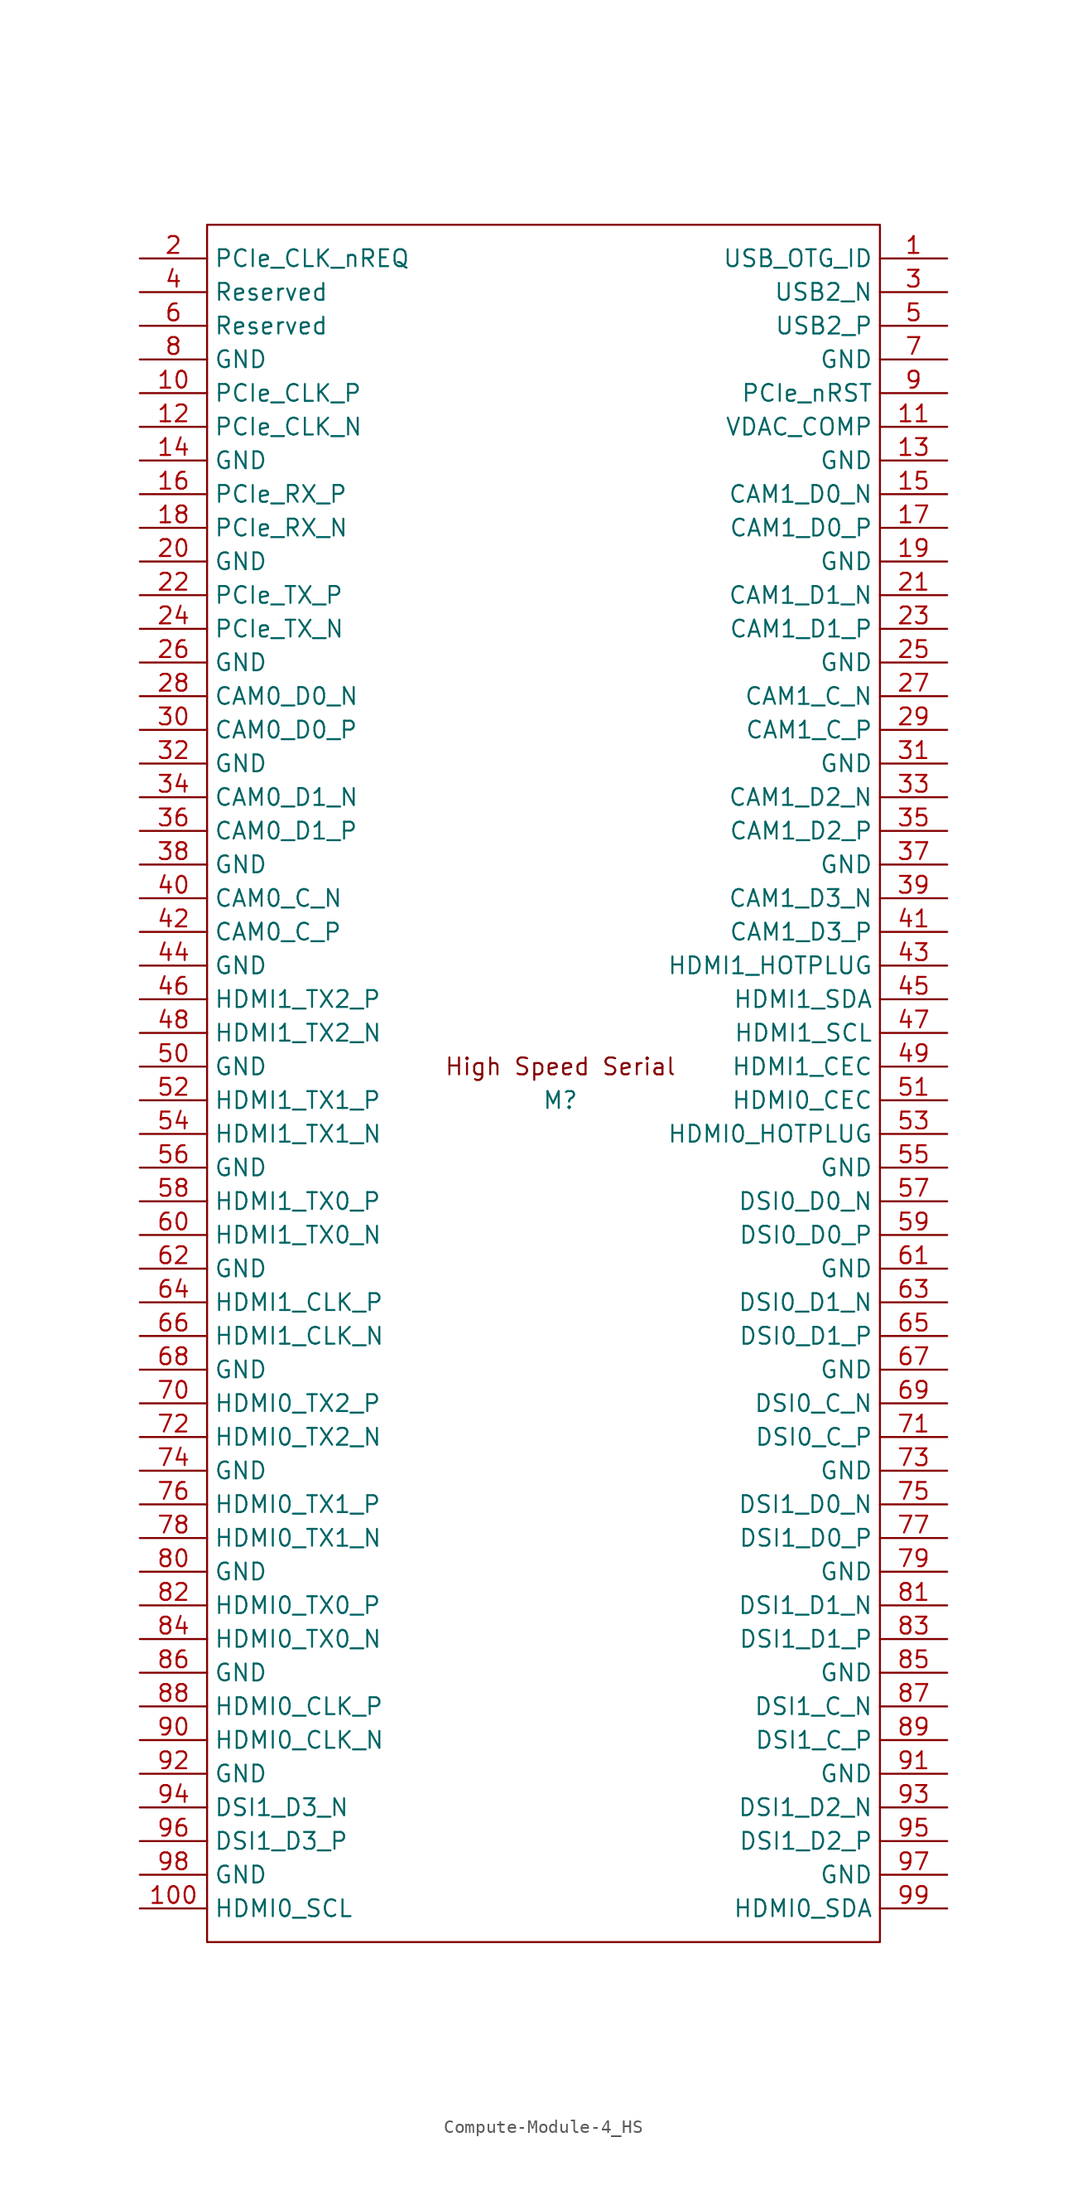
<source format=kicad_sym>
(kicad_symbol_lib
  (version 20241209)
  (generator "kicad_symbol_editor")
  (generator_version "9.0")
  (symbol "Compute-Module-4_HS"
    (property "Reference" "M"
      (at 0 0 0)
      (effects (font (size 1.27 1.27))))
    (symbol "Compute-Module-4_HS_1_1"
      (rectangle (start -26.67 -63.5) (end 24.13 66.04) (stroke (width 0) (type default)) (fill (type none)))
      (text "High Speed Serial" (at 0 2.54 0) (effects (font (size 1.27 1.27))))
      (pin input line (at -31.75 63.5 0) (length 5.08) (name "PCIe_CLK_nREQ" (effects (font (size 1.27 1.27)))) (number "2" (effects (font (size 1.27 1.27)))))
      (pin passive line (at -31.75 60.96 0) (length 5.08) (name "Reserved" (effects (font (size 1.27 1.27)))) (number "4" (effects (font (size 1.27 1.27)))))
      (pin passive line (at -31.75 58.42 0) (length 5.08) (name "Reserved" (effects (font (size 1.27 1.27)))) (number "6" (effects (font (size 1.27 1.27)))))
      (pin power_in line (at -31.75 55.88 0) (length 5.08) (name "GND" (effects (font (size 1.27 1.27)))) (number "8" (effects (font (size 1.27 1.27)))))
      (pin output line (at -31.75 53.34 0) (length 5.08) (name "PCIe_CLK_P" (effects (font (size 1.27 1.27)))) (number "10" (effects (font (size 1.27 1.27)))))
      (pin output line (at -31.75 50.8 0) (length 5.08) (name "PCIe_CLK_N" (effects (font (size 1.27 1.27)))) (number "12" (effects (font (size 1.27 1.27)))))
      (pin power_in line (at -31.75 48.26 0) (length 5.08) (name "GND" (effects (font (size 1.27 1.27)))) (number "14" (effects (font (size 1.27 1.27)))))
      (pin input line (at -31.75 45.72 0) (length 5.08) (name "PCIe_RX_P" (effects (font (size 1.27 1.27)))) (number "16" (effects (font (size 1.27 1.27)))))
      (pin input line (at -31.75 43.18 0) (length 5.08) (name "PCIe_RX_N" (effects (font (size 1.27 1.27)))) (number "18" (effects (font (size 1.27 1.27)))))
      (pin power_in line (at -31.75 40.64 0) (length 5.08) (name "GND" (effects (font (size 1.27 1.27)))) (number "20" (effects (font (size 1.27 1.27)))))
      (pin output line (at -31.75 38.1 0) (length 5.08) (name "PCIe_TX_P" (effects (font (size 1.27 1.27)))) (number "22" (effects (font (size 1.27 1.27)))))
      (pin output line (at -31.75 35.56 0) (length 5.08) (name "PCIe_TX_N" (effects (font (size 1.27 1.27)))) (number "24" (effects (font (size 1.27 1.27)))))
      (pin power_in line (at -31.75 33.02 0) (length 5.08) (name "GND" (effects (font (size 1.27 1.27)))) (number "26" (effects (font (size 1.27 1.27)))))
      (pin input line (at -31.75 30.48 0) (length 5.08) (name "CAM0_D0_N" (effects (font (size 1.27 1.27)))) (number "28" (effects (font (size 1.27 1.27)))))
      (pin input line (at -31.75 27.94 0) (length 5.08) (name "CAM0_D0_P" (effects (font (size 1.27 1.27)))) (number "30" (effects (font (size 1.27 1.27)))))
      (pin power_in line (at -31.75 25.4 0) (length 5.08) (name "GND" (effects (font (size 1.27 1.27)))) (number "32" (effects (font (size 1.27 1.27)))))
      (pin input line (at -31.75 22.86 0) (length 5.08) (name "CAM0_D1_N" (effects (font (size 1.27 1.27)))) (number "34" (effects (font (size 1.27 1.27)))))
      (pin input line (at -31.75 20.32 0) (length 5.08) (name "CAM0_D1_P" (effects (font (size 1.27 1.27)))) (number "36" (effects (font (size 1.27 1.27)))))
      (pin power_in line (at -31.75 17.78 0) (length 5.08) (name "GND" (effects (font (size 1.27 1.27)))) (number "38" (effects (font (size 1.27 1.27)))))
      (pin input line (at -31.75 15.24 0) (length 5.08) (name "CAM0_C_N" (effects (font (size 1.27 1.27)))) (number "40" (effects (font (size 1.27 1.27)))))
      (pin input line (at -31.75 12.7 0) (length 5.08) (name "CAM0_C_P" (effects (font (size 1.27 1.27)))) (number "42" (effects (font (size 1.27 1.27)))))
      (pin power_in line (at -31.75 10.16 0) (length 5.08) (name "GND" (effects (font (size 1.27 1.27)))) (number "44" (effects (font (size 1.27 1.27)))))
      (pin output line (at -31.75 7.62 0) (length 5.08) (name "HDMI1_TX2_P" (effects (font (size 1.27 1.27)))) (number "46" (effects (font (size 1.27 1.27)))))
      (pin output line (at -31.75 5.08 0) (length 5.08) (name "HDMI1_TX2_N" (effects (font (size 1.27 1.27)))) (number "48" (effects (font (size 1.27 1.27)))))
      (pin power_in line (at -31.75 2.54 0) (length 5.08) (name "GND" (effects (font (size 1.27 1.27)))) (number "50" (effects (font (size 1.27 1.27)))))
      (pin output line (at -31.75 0 0) (length 5.08) (name "HDMI1_TX1_P" (effects (font (size 1.27 1.27)))) (number "52" (effects (font (size 1.27 1.27)))))
      (pin output line (at -31.75 -2.54 0) (length 5.08) (name "HDMI1_TX1_N" (effects (font (size 1.27 1.27)))) (number "54" (effects (font (size 1.27 1.27)))))
      (pin power_in line (at -31.75 -5.08 0) (length 5.08) (name "GND" (effects (font (size 1.27 1.27)))) (number "56" (effects (font (size 1.27 1.27)))))
      (pin output line (at -31.75 -7.62 0) (length 5.08) (name "HDMI1_TX0_P" (effects (font (size 1.27 1.27)))) (number "58" (effects (font (size 1.27 1.27)))))
      (pin output line (at -31.75 -10.16 0) (length 5.08) (name "HDMI1_TX0_N" (effects (font (size 1.27 1.27)))) (number "60" (effects (font (size 1.27 1.27)))))
      (pin power_in line (at -31.75 -12.7 0) (length 5.08) (name "GND" (effects (font (size 1.27 1.27)))) (number "62" (effects (font (size 1.27 1.27)))))
      (pin output line (at -31.75 -15.24 0) (length 5.08) (name "HDMI1_CLK_P" (effects (font (size 1.27 1.27)))) (number "64" (effects (font (size 1.27 1.27)))))
      (pin output line (at -31.75 -17.78 0) (length 5.08) (name "HDMI1_CLK_N" (effects (font (size 1.27 1.27)))) (number "66" (effects (font (size 1.27 1.27)))))
      (pin power_in line (at -31.75 -20.32 0) (length 5.08) (name "GND" (effects (font (size 1.27 1.27)))) (number "68" (effects (font (size 1.27 1.27)))))
      (pin output line (at -31.75 -22.86 0) (length 5.08) (name "HDMI0_TX2_P" (effects (font (size 1.27 1.27)))) (number "70" (effects (font (size 1.27 1.27)))))
      (pin output line (at -31.75 -25.4 0) (length 5.08) (name "HDMI0_TX2_N" (effects (font (size 1.27 1.27)))) (number "72" (effects (font (size 1.27 1.27)))))
      (pin power_in line (at -31.75 -27.94 0) (length 5.08) (name "GND" (effects (font (size 1.27 1.27)))) (number "74" (effects (font (size 1.27 1.27)))))
      (pin output line (at -31.75 -30.48 0) (length 5.08) (name "HDMI0_TX1_P" (effects (font (size 1.27 1.27)))) (number "76" (effects (font (size 1.27 1.27)))))
      (pin output line (at -31.75 -33.02 0) (length 5.08) (name "HDMI0_TX1_N" (effects (font (size 1.27 1.27)))) (number "78" (effects (font (size 1.27 1.27)))))
      (pin power_in line (at -31.75 -35.56 0) (length 5.08) (name "GND" (effects (font (size 1.27 1.27)))) (number "80" (effects (font (size 1.27 1.27)))))
      (pin output line (at -31.75 -38.1 0) (length 5.08) (name "HDMI0_TX0_P" (effects (font (size 1.27 1.27)))) (number "82" (effects (font (size 1.27 1.27)))))
      (pin output line (at -31.75 -40.64 0) (length 5.08) (name "HDMI0_TX0_N" (effects (font (size 1.27 1.27)))) (number "84" (effects (font (size 1.27 1.27)))))
      (pin power_in line (at -31.75 -43.18 0) (length 5.08) (name "GND" (effects (font (size 1.27 1.27)))) (number "86" (effects (font (size 1.27 1.27)))))
      (pin output line (at -31.75 -45.72 0) (length 5.08) (name "HDMI0_CLK_P" (effects (font (size 1.27 1.27)))) (number "88" (effects (font (size 1.27 1.27)))))
      (pin output line (at -31.75 -48.26 0) (length 5.08) (name "HDMI0_CLK_N" (effects (font (size 1.27 1.27)))) (number "90" (effects (font (size 1.27 1.27)))))
      (pin power_in line (at -31.75 -50.8 0) (length 5.08) (name "GND" (effects (font (size 1.27 1.27)))) (number "92" (effects (font (size 1.27 1.27)))))
      (pin output line (at -31.75 -53.34 0) (length 5.08) (name "DSI1_D3_N" (effects (font (size 1.27 1.27)))) (number "94" (effects (font (size 1.27 1.27)))))
      (pin output line (at -31.75 -55.88 0) (length 5.08) (name "DSI1_D3_P" (effects (font (size 1.27 1.27)))) (number "96" (effects (font (size 1.27 1.27)))))
      (pin power_in line (at -31.75 -58.42 0) (length 5.08) (name "GND" (effects (font (size 1.27 1.27)))) (number "98" (effects (font (size 1.27 1.27)))))
      (pin open_collector line (at -31.75 -60.96 0) (length 5.08) (name "HDMI0_SCL" (effects (font (size 1.27 1.27)))) (number "100" (effects (font (size 1.27 1.27)))))
      (pin input line (at 29.21 63.5 180) (length 5.08) (name "USB_OTG_ID" (effects (font (size 1.27 1.27)))) (number "1" (effects (font (size 1.27 1.27)))))
      (pin passive line (at 29.21 60.96 180) (length 5.08) (name "USB2_N" (effects (font (size 1.27 1.27)))) (number "3" (effects (font (size 1.27 1.27)))))
      (pin passive line (at 29.21 58.42 180) (length 5.08) (name "USB2_P" (effects (font (size 1.27 1.27)))) (number "5" (effects (font (size 1.27 1.27)))))
      (pin power_in line (at 29.21 55.88 180) (length 5.08) (name "GND" (effects (font (size 1.27 1.27)))) (number "7" (effects (font (size 1.27 1.27)))))
      (pin bidirectional line (at 29.21 53.34 180) (length 5.08) (name "PCIe_nRST" (effects (font (size 1.27 1.27)))) (number "9" (effects (font (size 1.27 1.27)))))
      (pin passive line (at 29.21 50.8 180) (length 5.08) (name "VDAC_COMP" (effects (font (size 1.27 1.27)))) (number "11" (effects (font (size 1.27 1.27)))))
      (pin power_in line (at 29.21 48.26 180) (length 5.08) (name "GND" (effects (font (size 1.27 1.27)))) (number "13" (effects (font (size 1.27 1.27)))))
      (pin input line (at 29.21 45.72 180) (length 5.08) (name "CAM1_D0_N" (effects (font (size 1.27 1.27)))) (number "15" (effects (font (size 1.27 1.27)))))
      (pin input line (at 29.21 43.18 180) (length 5.08) (name "CAM1_D0_P" (effects (font (size 1.27 1.27)))) (number "17" (effects (font (size 1.27 1.27)))))
      (pin power_in line (at 29.21 40.64 180) (length 5.08) (name "GND" (effects (font (size 1.27 1.27)))) (number "19" (effects (font (size 1.27 1.27)))))
      (pin input line (at 29.21 38.1 180) (length 5.08) (name "CAM1_D1_N" (effects (font (size 1.27 1.27)))) (number "21" (effects (font (size 1.27 1.27)))))
      (pin input line (at 29.21 35.56 180) (length 5.08) (name "CAM1_D1_P" (effects (font (size 1.27 1.27)))) (number "23" (effects (font (size 1.27 1.27)))))
      (pin power_in line (at 29.21 33.02 180) (length 5.08) (name "GND" (effects (font (size 1.27 1.27)))) (number "25" (effects (font (size 1.27 1.27)))))
      (pin input line (at 29.21 30.48 180) (length 5.08) (name "CAM1_C_N" (effects (font (size 1.27 1.27)))) (number "27" (effects (font (size 1.27 1.27)))))
      (pin input line (at 29.21 27.94 180) (length 5.08) (name "CAM1_C_P" (effects (font (size 1.27 1.27)))) (number "29" (effects (font (size 1.27 1.27)))))
      (pin power_in line (at 29.21 25.4 180) (length 5.08) (name "GND" (effects (font (size 1.27 1.27)))) (number "31" (effects (font (size 1.27 1.27)))))
      (pin input line (at 29.21 22.86 180) (length 5.08) (name "CAM1_D2_N" (effects (font (size 1.27 1.27)))) (number "33" (effects (font (size 1.27 1.27)))))
      (pin input line (at 29.21 20.32 180) (length 5.08) (name "CAM1_D2_P" (effects (font (size 1.27 1.27)))) (number "35" (effects (font (size 1.27 1.27)))))
      (pin power_in line (at 29.21 17.78 180) (length 5.08) (name "GND" (effects (font (size 1.27 1.27)))) (number "37" (effects (font (size 1.27 1.27)))))
      (pin input line (at 29.21 15.24 180) (length 5.08) (name "CAM1_D3_N" (effects (font (size 1.27 1.27)))) (number "39" (effects (font (size 1.27 1.27)))))
      (pin input line (at 29.21 12.7 180) (length 5.08) (name "CAM1_D3_P" (effects (font (size 1.27 1.27)))) (number "41" (effects (font (size 1.27 1.27)))))
      (pin input line (at 29.21 10.16 180) (length 5.08) (name "HDMI1_HOTPLUG" (effects (font (size 1.27 1.27)))) (number "43" (effects (font (size 1.27 1.27)))))
      (pin bidirectional line (at 29.21 7.62 180) (length 5.08) (name "HDMI1_SDA" (effects (font (size 1.27 1.27)))) (number "45" (effects (font (size 1.27 1.27)))))
      (pin open_collector line (at 29.21 5.08 180) (length 5.08) (name "HDMI1_SCL" (effects (font (size 1.27 1.27)))) (number "47" (effects (font (size 1.27 1.27)))))
      (pin open_collector line (at 29.21 2.54 180) (length 5.08) (name "HDMI1_CEC" (effects (font (size 1.27 1.27)))) (number "49" (effects (font (size 1.27 1.27)))))
      (pin open_collector line (at 29.21 0 180) (length 5.08) (name "HDMI0_CEC" (effects (font (size 1.27 1.27)))) (number "51" (effects (font (size 1.27 1.27)))))
      (pin input line (at 29.21 -2.54 180) (length 5.08) (name "HDMI0_HOTPLUG" (effects (font (size 1.27 1.27)))) (number "53" (effects (font (size 1.27 1.27)))))
      (pin power_in line (at 29.21 -5.08 180) (length 5.08) (name "GND" (effects (font (size 1.27 1.27)))) (number "55" (effects (font (size 1.27 1.27)))))
      (pin output line (at 29.21 -7.62 180) (length 5.08) (name "DSI0_D0_N" (effects (font (size 1.27 1.27)))) (number "57" (effects (font (size 1.27 1.27)))))
      (pin output line (at 29.21 -10.16 180) (length 5.08) (name "DSI0_D0_P" (effects (font (size 1.27 1.27)))) (number "59" (effects (font (size 1.27 1.27)))))
      (pin power_in line (at 29.21 -12.7 180) (length 5.08) (name "GND" (effects (font (size 1.27 1.27)))) (number "61" (effects (font (size 1.27 1.27)))))
      (pin output line (at 29.21 -15.24 180) (length 5.08) (name "DSI0_D1_N" (effects (font (size 1.27 1.27)))) (number "63" (effects (font (size 1.27 1.27)))))
      (pin output line (at 29.21 -17.78 180) (length 5.08) (name "DSI0_D1_P" (effects (font (size 1.27 1.27)))) (number "65" (effects (font (size 1.27 1.27)))))
      (pin power_in line (at 29.21 -20.32 180) (length 5.08) (name "GND" (effects (font (size 1.27 1.27)))) (number "67" (effects (font (size 1.27 1.27)))))
      (pin output line (at 29.21 -22.86 180) (length 5.08) (name "DSI0_C_N" (effects (font (size 1.27 1.27)))) (number "69" (effects (font (size 1.27 1.27)))))
      (pin output line (at 29.21 -25.4 180) (length 5.08) (name "DSI0_C_P" (effects (font (size 1.27 1.27)))) (number "71" (effects (font (size 1.27 1.27)))))
      (pin power_in line (at 29.21 -27.94 180) (length 5.08) (name "GND" (effects (font (size 1.27 1.27)))) (number "73" (effects (font (size 1.27 1.27)))))
      (pin output line (at 29.21 -30.48 180) (length 5.08) (name "DSI1_D0_N" (effects (font (size 1.27 1.27)))) (number "75" (effects (font (size 1.27 1.27)))))
      (pin output line (at 29.21 -33.02 180) (length 5.08) (name "DSI1_D0_P" (effects (font (size 1.27 1.27)))) (number "77" (effects (font (size 1.27 1.27)))))
      (pin power_in line (at 29.21 -35.56 180) (length 5.08) (name "GND" (effects (font (size 1.27 1.27)))) (number "79" (effects (font (size 1.27 1.27)))))
      (pin output line (at 29.21 -38.1 180) (length 5.08) (name "DSI1_D1_N" (effects (font (size 1.27 1.27)))) (number "81" (effects (font (size 1.27 1.27)))))
      (pin output line (at 29.21 -40.64 180) (length 5.08) (name "DSI1_D1_P" (effects (font (size 1.27 1.27)))) (number "83" (effects (font (size 1.27 1.27)))))
      (pin power_in line (at 29.21 -43.18 180) (length 5.08) (name "GND" (effects (font (size 1.27 1.27)))) (number "85" (effects (font (size 1.27 1.27)))))
      (pin output line (at 29.21 -45.72 180) (length 5.08) (name "DSI1_C_N" (effects (font (size 1.27 1.27)))) (number "87" (effects (font (size 1.27 1.27)))))
      (pin output line (at 29.21 -48.26 180) (length 5.08) (name "DSI1_C_P" (effects (font (size 1.27 1.27)))) (number "89" (effects (font (size 1.27 1.27)))))
      (pin power_in line (at 29.21 -50.8 180) (length 5.08) (name "GND" (effects (font (size 1.27 1.27)))) (number "91" (effects (font (size 1.27 1.27)))))
      (pin output line (at 29.21 -53.34 180) (length 5.08) (name "DSI1_D2_N" (effects (font (size 1.27 1.27)))) (number "93" (effects (font (size 1.27 1.27)))))
      (pin output line (at 29.21 -55.88 180) (length 5.08) (name "DSI1_D2_P" (effects (font (size 1.27 1.27)))) (number "95" (effects (font (size 1.27 1.27)))))
      (pin power_in line (at 29.21 -58.42 180) (length 5.08) (name "GND" (effects (font (size 1.27 1.27)))) (number "97" (effects (font (size 1.27 1.27)))))
      (pin bidirectional line (at 29.21 -60.96 180) (length 5.08) (name "HDMI0_SDA" (effects (font (size 1.27 1.27)))) (number "99" (effects (font (size 1.27 1.27))))))))
</source>
